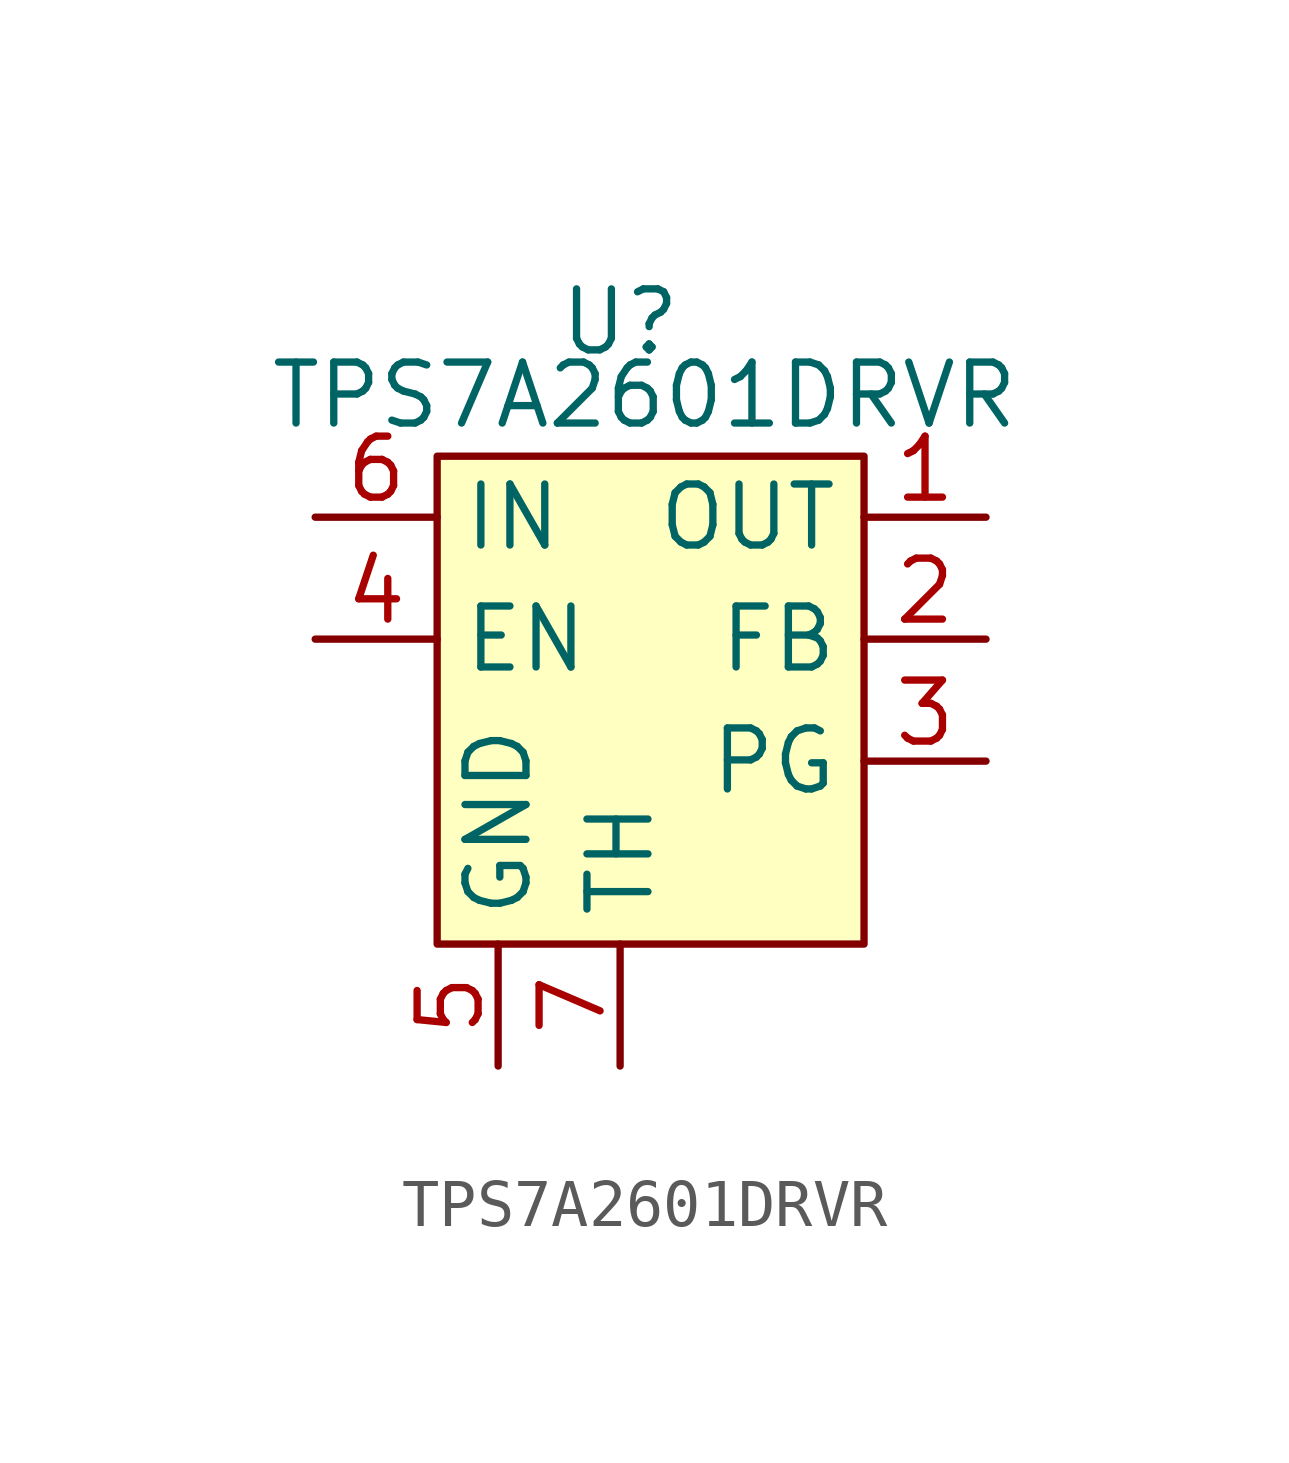
<source format=kicad_sym>
(kicad_symbol_lib
  (version 20241209)
  (generator "kicad_symbol_editor")
  (generator_version "9.0")
  (symbol "TPS7A2601DRVR"
    (property "Reference" "U"
      (at 0 2.794 0)
      (effects (font (size 1.27 1.27))))
    (property "Value" "TPS7A2601DRVR"
      (at 0.508 1.27 0)
      (effects (font (size 1.27 1.27))))
    (symbol "TPS7A2601DRVR_1_1"
      (rectangle (start -3.81 0) (end 5.08 -10.16) (stroke (width 0) (type solid)) (fill (type background)))
      (pin input line (at -6.35 -1.27 0) (length 2.54) (name "IN" (effects (font (size 1.27 1.27)))) (number "6" (effects (font (size 1.27 1.27)))))
      (pin input line (at -6.35 -3.81 0) (length 2.54) (name "EN" (effects (font (size 1.27 1.27)))) (number "4" (effects (font (size 1.27 1.27)))))
      (pin input line (at -2.54 -12.7 90) (length 2.54) (name "GND" (effects (font (size 1.27 1.27)))) (number "5" (effects (font (size 1.27 1.27)))))
      (pin input line (at 0 -12.7 90) (length 2.54) (name "TH" (effects (font (size 1.27 1.27)))) (number "7" (effects (font (size 1.27 1.27)))))
      (pin power_out line (at 7.62 -1.27 180) (length 2.54) (name "OUT" (effects (font (size 1.27 1.27)))) (number "1" (effects (font (size 1.27 1.27)))))
      (pin input line (at 7.62 -3.81 180) (length 2.54) (name "FB" (effects (font (size 1.27 1.27)))) (number "2" (effects (font (size 1.27 1.27)))))
      (pin input line (at 7.62 -6.35 180) (length 2.54) (name "PG" (effects (font (size 1.27 1.27)))) (number "3" (effects (font (size 1.27 1.27))))))))
</source>
